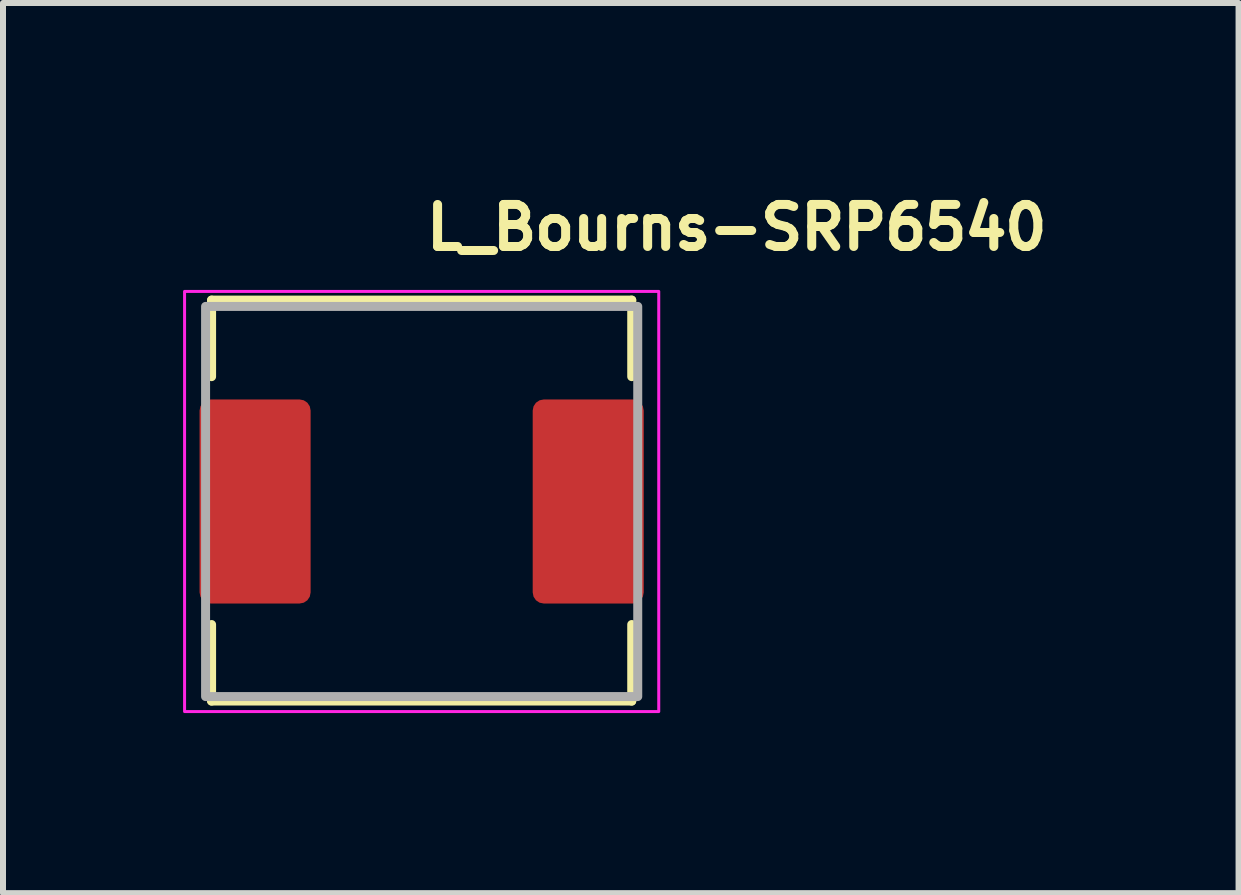
<source format=kicad_pcb>
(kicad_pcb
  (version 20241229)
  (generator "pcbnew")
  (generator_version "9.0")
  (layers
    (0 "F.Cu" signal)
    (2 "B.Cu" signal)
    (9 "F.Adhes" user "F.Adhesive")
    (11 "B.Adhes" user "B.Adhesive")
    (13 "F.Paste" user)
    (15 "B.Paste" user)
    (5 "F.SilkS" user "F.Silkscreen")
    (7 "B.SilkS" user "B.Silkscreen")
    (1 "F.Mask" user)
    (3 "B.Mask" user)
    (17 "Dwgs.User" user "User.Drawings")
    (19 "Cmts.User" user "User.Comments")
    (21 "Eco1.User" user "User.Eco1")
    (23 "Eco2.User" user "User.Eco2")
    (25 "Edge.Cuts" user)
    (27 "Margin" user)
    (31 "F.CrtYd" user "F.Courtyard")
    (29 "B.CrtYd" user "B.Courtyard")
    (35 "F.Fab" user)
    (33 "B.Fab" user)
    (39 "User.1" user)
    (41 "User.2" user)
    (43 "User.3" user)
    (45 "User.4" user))
  (footprint "L_Bourns-SRP6540"
    (layer "F.Cu")
    (at 3.975 5.305)
    (property "Reference" "L_Bourns-SRP6540" (at 0 -4.155 0) (layer "F.SilkS") (effects (font (size 0.7 0.7) (thickness 0.15)) (justify left bottom)))
    (attr smd)
    (fp_line (start -3.5 -3.355) (end 3.5 -3.355) (stroke (width 0.15) (type solid)) (layer "F.SilkS"))
    (fp_line (start -3.5 -2.08) (end -3.5 -3.355) (stroke (width 0.15) (type solid)) (layer "F.SilkS"))
    (fp_line (start -3.5 2.05) (end -3.5 3.325) (stroke (width 0.15) (type solid)) (layer "F.SilkS"))
    (fp_line (start 3.5 -2.08) (end 3.5 -3.355) (stroke (width 0.15) (type solid)) (layer "F.SilkS"))
    (fp_line (start 3.5 2.05) (end 3.5 3.325) (stroke (width 0.15) (type solid)) (layer "F.SilkS"))
    (fp_line (start 3.5 3.325) (end -3.5 3.325) (stroke (width 0.15) (type solid)) (layer "F.SilkS"))
    (fp_rect (start -3.95 -3.5) (end 3.95 3.5) (stroke (width 0.05) (type solid)) (fill no) (layer "F.CrtYd"))
    (fp_rect (start -3.6 -3.25) (end 3.6 3.25) (stroke (width 0.15) (type solid)) (fill no) (layer "F.Fab"))
    (fp_rect (start -3.6 -3.25) (end 3.6 3.25) (stroke (width 0.1) (type solid)) (fill no) (layer "User.5"))
    (fp_line (start -3.6 -1.5) (end -3.4 -1.5) (stroke (width 0.02) (type solid)) (layer "User.9"))
    (fp_line (start -3.6 -0.536) (end -3.6 -1.5) (stroke (width 0.02) (type solid)) (layer "User.9"))
    (fp_line (start -3.6 -0.536) (end -3.4 -0.536) (stroke (width 0.02) (type solid)) (layer "User.9"))
    (fp_line (start -3.6 -0.523) (end -3.6 -0.536) (stroke (width 0.02) (type solid)) (layer "User.9"))
    (fp_line (start -3.6 -0.523) (end -3.6 -0.523) (stroke (width 0.02) (type solid)) (layer "User.9"))
    (fp_line (start -3.6 -0.483) (end -3.6 -0.523) (stroke (width 0.02) (type solid)) (layer "User.9"))
    (fp_line (start -3.6 -0.483) (end -3.6 -0.483) (stroke (width 0.02) (type solid)) (layer "User.9"))
    (fp_line (start -3.6 -0.419) (end -3.6 -0.483) (stroke (width 0.02) (type solid)) (layer "User.9"))
    (fp_line (start -3.6 -0.419) (end -3.6 -0.419) (stroke (width 0.02) (type solid)) (layer "User.9"))
    (fp_line (start -3.6 -0.334) (end -3.6 -0.419) (stroke (width 0.02) (type solid)) (layer "User.9"))
    (fp_line (start -3.6 -0.334) (end -3.6 -0.334) (stroke (width 0.02) (type solid)) (layer "User.9"))
    (fp_line (start -3.6 -0.232) (end -3.6 -0.334) (stroke (width 0.02) (type solid)) (layer "User.9"))
    (fp_line (start -3.6 -0.232) (end -3.6 -0.232) (stroke (width 0.02) (type solid)) (layer "User.9"))
    (fp_line (start -3.6 -0.119) (end -3.6 -0.232) (stroke (width 0.02) (type solid)) (layer "User.9"))
    (fp_line (start -3.6 -0.119) (end -3.6 -0.119) (stroke (width 0.02) (type solid)) (layer "User.9"))
    (fp_line (start -3.6 0) (end -3.6 -0.119) (stroke (width 0.02) (type solid)) (layer "User.9"))
    (fp_line (start -3.6 0) (end -3.6 0) (stroke (width 0.02) (type solid)) (layer "User.9"))
    (fp_line (start -3.6 0.232) (end -3.6 0) (stroke (width 0.02) (type solid)) (layer "User.9"))
    (fp_line (start -3.6 0.232) (end -3.6 0.232) (stroke (width 0.02) (type solid)) (layer "User.9"))
    (fp_line (start -3.6 0.334) (end -3.6 0.232) (stroke (width 0.02) (type solid)) (layer "User.9"))
    (fp_line (start -3.6 0.334) (end -3.6 0.334) (stroke (width 0.02) (type solid)) (layer "User.9"))
    (fp_line (start -3.6 0.419) (end -3.6 0.334) (stroke (width 0.02) (type solid)) (layer "User.9"))
    (fp_line (start -3.6 0.419) (end -3.6 0.419) (stroke (width 0.02) (type solid)) (layer "User.9"))
    (fp_line (start -3.6 0.483) (end -3.6 0.419) (stroke (width 0.02) (type solid)) (layer "User.9"))
    (fp_line (start -3.6 0.483) (end -3.6 0.483) (stroke (width 0.02) (type solid)) (layer "User.9"))
    (fp_line (start -3.6 0.523) (end -3.6 0.483) (stroke (width 0.02) (type solid)) (layer "User.9"))
    (fp_line (start -3.6 0.523) (end -3.6 0.523) (stroke (width 0.02) (type solid)) (layer "User.9"))
    (fp_line (start -3.6 0.536) (end -3.6 0.523) (stroke (width 0.02) (type solid)) (layer "User.9"))
    (fp_line (start -3.6 1.5) (end -3.6 0.536) (stroke (width 0.02) (type solid)) (layer "User.9"))
    (fp_line (start -3.4 -3.15) (end -3.399 -3.154) (stroke (width 0.02) (type solid)) (layer "User.9"))
    (fp_line (start -3.4 -0.536) (end -3.4 -1.5) (stroke (width 0.02) (type solid)) (layer "User.9"))
    (fp_line (start -3.4 0.536) (end -3.6 0.536) (stroke (width 0.02) (type solid)) (layer "User.9"))
    (fp_line (start -3.4 1.5) (end -3.6 1.5) (stroke (width 0.02) (type solid)) (layer "User.9"))
    (fp_line (start -3.4 1.5) (end -3.4 0.536) (stroke (width 0.02) (type solid)) (layer "User.9"))
    (fp_line (start -3.4 3.15) (end -3.4 -3.15) (stroke (width 0.02) (type solid)) (layer "User.9"))
    (fp_line (start -3.399 -3.159) (end -3.398 -3.164) (stroke (width 0.02) (type solid)) (layer "User.9"))
    (fp_line (start -3.399 -3.154) (end -3.399 -3.159) (stroke (width 0.02) (type solid)) (layer "User.9"))
    (fp_line (start -3.399 3.154) (end -3.4 3.15) (stroke (width 0.02) (type solid)) (layer "User.9"))
    (fp_line (start -3.399 3.159) (end -3.399 3.154) (stroke (width 0.02) (type solid)) (layer "User.9"))
    (fp_line (start -3.398 -3.169) (end -3.396 -3.174) (stroke (width 0.02) (type solid)) (layer "User.9"))
    (fp_line (start -3.398 -3.164) (end -3.398 -3.169) (stroke (width 0.02) (type solid)) (layer "User.9"))
    (fp_line (start -3.398 3.164) (end -3.399 3.159) (stroke (width 0.02) (type solid)) (layer "User.9"))
    (fp_line (start -3.398 3.169) (end -3.398 3.164) (stroke (width 0.02) (type solid)) (layer "User.9"))
    (fp_line (start -3.396 -3.174) (end -3.395 -3.179) (stroke (width 0.02) (type solid)) (layer "User.9"))
    (fp_line (start -3.396 3.174) (end -3.398 3.169) (stroke (width 0.02) (type solid)) (layer "User.9"))
    (fp_line (start -3.395 -3.179) (end -3.394 -3.183) (stroke (width 0.02) (type solid)) (layer "User.9"))
    (fp_line (start -3.395 3.179) (end -3.396 3.174) (stroke (width 0.02) (type solid)) (layer "User.9"))
    (fp_line (start -3.394 -3.183) (end -3.392 -3.188) (stroke (width 0.02) (type solid)) (layer "User.9"))
    (fp_line (start -3.394 3.183) (end -3.395 3.179) (stroke (width 0.02) (type solid)) (layer "User.9"))
    (fp_line (start -3.392 -3.188) (end -3.39 -3.192) (stroke (width 0.02) (type solid)) (layer "User.9"))
    (fp_line (start -3.392 3.188) (end -3.394 3.183) (stroke (width 0.02) (type solid)) (layer "User.9"))
    (fp_line (start -3.39 -3.192) (end -3.388 -3.197) (stroke (width 0.02) (type solid)) (layer "User.9"))
    (fp_line (start -3.39 3.192) (end -3.392 3.188) (stroke (width 0.02) (type solid)) (layer "User.9"))
    (fp_line (start -3.388 -3.197) (end -3.385 -3.201) (stroke (width 0.02) (type solid)) (layer "User.9"))
    (fp_line (start -3.388 3.197) (end -3.39 3.192) (stroke (width 0.02) (type solid)) (layer "User.9"))
    (fp_line (start -3.385 -3.201) (end -3.383 -3.205) (stroke (width 0.02) (type solid)) (layer "User.9"))
    (fp_line (start -3.385 3.201) (end -3.388 3.197) (stroke (width 0.02) (type solid)) (layer "User.9"))
    (fp_line (start -3.383 -3.205) (end -3.38 -3.209) (stroke (width 0.02) (type solid)) (layer "User.9"))
    (fp_line (start -3.383 3.205) (end -3.385 3.201) (stroke (width 0.02) (type solid)) (layer "User.9"))
    (fp_line (start -3.38 -3.209) (end -3.377 -3.213) (stroke (width 0.02) (type solid)) (layer "User.9"))
    (fp_line (start -3.38 3.209) (end -3.383 3.205) (stroke (width 0.02) (type solid)) (layer "User.9"))
    (fp_line (start -3.377 -3.213) (end -3.374 -3.217) (stroke (width 0.02) (type solid)) (layer "User.9"))
    (fp_line (start -3.377 3.213) (end -3.38 3.209) (stroke (width 0.02) (type solid)) (layer "User.9"))
    (fp_line (start -3.374 -3.217) (end -3.37 -3.22) (stroke (width 0.02) (type solid)) (layer "User.9"))
    (fp_line (start -3.374 3.217) (end -3.377 3.213) (stroke (width 0.02) (type solid)) (layer "User.9"))
    (fp_line (start -3.37 -3.22) (end -3.37 -3.22) (stroke (width 0.02) (type solid)) (layer "User.9"))
    (fp_line (start -3.37 -3.22) (end -3.367 -3.224) (stroke (width 0.02) (type solid)) (layer "User.9"))
    (fp_line (start -3.37 3.22) (end -3.374 3.217) (stroke (width 0.02) (type solid)) (layer "User.9"))
    (fp_line (start -3.37 3.22) (end -3.37 3.22) (stroke (width 0.02) (type solid)) (layer "User.9"))
    (fp_line (start -3.367 -3.224) (end -3.363 -3.227) (stroke (width 0.02) (type solid)) (layer "User.9"))
    (fp_line (start -3.367 3.224) (end -3.37 3.22) (stroke (width 0.02) (type solid)) (layer "User.9"))
    (fp_line (start -3.363 -3.227) (end -3.359 -3.23) (stroke (width 0.02) (type solid)) (layer "User.9"))
    (fp_line (start -3.363 3.227) (end -3.367 3.224) (stroke (width 0.02) (type solid)) (layer "User.9"))
    (fp_line (start -3.36 -3.15) (end -3.36 3.15) (stroke (width 0.02) (type solid)) (layer "User.9"))
    (fp_line (start -3.36 3.15) (end -3.359 3.153) (stroke (width 0.02) (type solid)) (layer "User.9"))
    (fp_line (start -3.36 3.15) (end -3.359 3.153) (stroke (width 0.02) (type solid)) (layer "User.9"))
    (fp_line (start -3.36 3.15) (end -3.299 3.15) (stroke (width 0.02) (type solid)) (layer "User.9"))
    (fp_line (start -3.359 -3.23) (end -3.355 -3.233) (stroke (width 0.02) (type solid)) (layer "User.9"))
    (fp_line (start -3.359 -3.159) (end -3.359 -3.156) (stroke (width 0.02) (type solid)) (layer "User.9"))
    (fp_line (start -3.359 -3.159) (end -3.359 -3.156) (stroke (width 0.02) (type solid)) (layer "User.9"))
    (fp_line (start -3.359 -3.156) (end -3.359 -3.153) (stroke (width 0.02) (type solid)) (layer "User.9"))
    (fp_line (start -3.359 -3.156) (end -3.359 -3.153) (stroke (width 0.02) (type solid)) (layer "User.9"))
    (fp_line (start -3.359 -3.153) (end -3.36 -3.15) (stroke (width 0.02) (type solid)) (layer "User.9"))
    (fp_line (start -3.359 -3.153) (end -3.36 -3.15) (stroke (width 0.02) (type solid)) (layer "User.9"))
    (fp_line (start -3.359 3.153) (end -3.359 3.156) (stroke (width 0.02) (type solid)) (layer "User.9"))
    (fp_line (start -3.359 3.153) (end -3.359 3.156) (stroke (width 0.02) (type solid)) (layer "User.9"))
    (fp_line (start -3.359 3.156) (end -3.359 3.159) (stroke (width 0.02) (type solid)) (layer "User.9"))
    (fp_line (start -3.359 3.156) (end -3.359 3.159) (stroke (width 0.02) (type solid)) (layer "User.9"))
    (fp_line (start -3.359 3.159) (end -3.358 3.162) (stroke (width 0.02) (type solid)) (layer "User.9"))
    (fp_line (start -3.359 3.159) (end -3.358 3.162) (stroke (width 0.02) (type solid)) (layer "User.9"))
    (fp_line (start -3.359 3.23) (end -3.363 3.227) (stroke (width 0.02) (type solid)) (layer "User.9"))
    (fp_line (start -3.358 -3.164) (end -3.358 -3.162) (stroke (width 0.02) (type solid)) (layer "User.9"))
    (fp_line (start -3.358 -3.164) (end -3.358 -3.162) (stroke (width 0.02) (type solid)) (layer "User.9"))
    (fp_line (start -3.358 -3.162) (end -3.359 -3.159) (stroke (width 0.02) (type solid)) (layer "User.9"))
    (fp_line (start -3.358 -3.162) (end -3.359 -3.159) (stroke (width 0.02) (type solid)) (layer "User.9"))
    (fp_line (start -3.358 3.162) (end -3.358 3.164) (stroke (width 0.02) (type solid)) (layer "User.9"))
    (fp_line (start -3.358 3.162) (end -3.358 3.164) (stroke (width 0.02) (type solid)) (layer "User.9"))
    (fp_line (start -3.358 3.164) (end -3.357 3.167) (stroke (width 0.02) (type solid)) (layer "User.9"))
    (fp_line (start -3.358 3.164) (end -3.357 3.167) (stroke (width 0.02) (type solid)) (layer "User.9"))
    (fp_line (start -3.357 -3.167) (end -3.358 -3.164) (stroke (width 0.02) (type solid)) (layer "User.9"))
    (fp_line (start -3.357 -3.167) (end -3.358 -3.164) (stroke (width 0.02) (type solid)) (layer "User.9"))
    (fp_line (start -3.357 3.167) (end -3.356 3.17) (stroke (width 0.02) (type solid)) (layer "User.9"))
    (fp_line (start -3.357 3.167) (end -3.356 3.17) (stroke (width 0.02) (type solid)) (layer "User.9"))
    (fp_line (start -3.356 -3.17) (end -3.357 -3.167) (stroke (width 0.02) (type solid)) (layer "User.9"))
    (fp_line (start -3.356 -3.17) (end -3.357 -3.167) (stroke (width 0.02) (type solid)) (layer "User.9"))
    (fp_line (start -3.356 3.17) (end -3.355 3.173) (stroke (width 0.02) (type solid)) (layer "User.9"))
    (fp_line (start -3.356 3.17) (end -3.355 3.173) (stroke (width 0.02) (type solid)) (layer "User.9"))
    (fp_line (start -3.355 -3.233) (end -3.351 -3.235) (stroke (width 0.02) (type solid)) (layer "User.9"))
    (fp_line (start -3.355 -3.173) (end -3.356 -3.17) (stroke (width 0.02) (type solid)) (layer "User.9"))
    (fp_line (start -3.355 -3.173) (end -3.356 -3.17) (stroke (width 0.02) (type solid)) (layer "User.9"))
    (fp_line (start -3.355 3.173) (end -3.354 3.176) (stroke (width 0.02) (type solid)) (layer "User.9"))
    (fp_line (start -3.355 3.173) (end -3.354 3.176) (stroke (width 0.02) (type solid)) (layer "User.9"))
    (fp_line (start -3.355 3.233) (end -3.359 3.23) (stroke (width 0.02) (type solid)) (layer "User.9"))
    (fp_line (start -3.354 -3.176) (end -3.355 -3.173) (stroke (width 0.02) (type solid)) (layer "User.9"))
    (fp_line (start -3.354 -3.176) (end -3.355 -3.173) (stroke (width 0.02) (type solid)) (layer "User.9"))
    (fp_line (start -3.354 3.176) (end -3.352 3.178) (stroke (width 0.02) (type solid)) (layer "User.9"))
    (fp_line (start -3.354 3.176) (end -3.352 3.178) (stroke (width 0.02) (type solid)) (layer "User.9"))
    (fp_line (start -3.352 -3.178) (end -3.354 -3.176) (stroke (width 0.02) (type solid)) (layer "User.9"))
    (fp_line (start -3.352 -3.178) (end -3.354 -3.176) (stroke (width 0.02) (type solid)) (layer "User.9"))
    (fp_line (start -3.352 3.178) (end -3.351 3.181) (stroke (width 0.02) (type solid)) (layer "User.9"))
    (fp_line (start -3.352 3.178) (end -3.351 3.181) (stroke (width 0.02) (type solid)) (layer "User.9"))
    (fp_line (start -3.351 -3.235) (end -3.347 -3.238) (stroke (width 0.02) (type solid)) (layer "User.9"))
    (fp_line (start -3.351 -3.181) (end -3.352 -3.178) (stroke (width 0.02) (type solid)) (layer "User.9"))
    (fp_line (start -3.351 -3.181) (end -3.352 -3.178) (stroke (width 0.02) (type solid)) (layer "User.9"))
    (fp_line (start -3.351 3.181) (end -3.349 3.183) (stroke (width 0.02) (type solid)) (layer "User.9"))
    (fp_line (start -3.351 3.181) (end -3.349 3.183) (stroke (width 0.02) (type solid)) (layer "User.9"))
    (fp_line (start -3.351 3.235) (end -3.355 3.233) (stroke (width 0.02) (type solid)) (layer "User.9"))
    (fp_line (start -3.349 -3.183) (end -3.351 -3.181) (stroke (width 0.02) (type solid)) (layer "User.9"))
    (fp_line (start -3.349 -3.183) (end -3.351 -3.181) (stroke (width 0.02) (type solid)) (layer "User.9"))
    (fp_line (start -3.349 3.183) (end -3.348 3.185) (stroke (width 0.02) (type solid)) (layer "User.9"))
    (fp_line (start -3.349 3.183) (end -3.348 3.185) (stroke (width 0.02) (type solid)) (layer "User.9"))
    (fp_line (start -3.348 -3.185) (end -3.349 -3.183) (stroke (width 0.02) (type solid)) (layer "User.9"))
    (fp_line (start -3.348 -3.185) (end -3.349 -3.183) (stroke (width 0.02) (type solid)) (layer "User.9"))
    (fp_line (start -3.348 3.185) (end -3.346 3.188) (stroke (width 0.02) (type solid)) (layer "User.9"))
    (fp_line (start -3.348 3.185) (end -3.346 3.188) (stroke (width 0.02) (type solid)) (layer "User.9"))
    (fp_line (start -3.347 -3.238) (end -3.342 -3.24) (stroke (width 0.02) (type solid)) (layer "User.9"))
    (fp_line (start -3.347 3.238) (end -3.351 3.235) (stroke (width 0.02) (type solid)) (layer "User.9"))
    (fp_line (start -3.346 -3.188) (end -3.348 -3.185) (stroke (width 0.02) (type solid)) (layer "User.9"))
    (fp_line (start -3.346 -3.188) (end -3.348 -3.185) (stroke (width 0.02) (type solid)) (layer "User.9"))
    (fp_line (start -3.346 3.188) (end -3.344 3.19) (stroke (width 0.02) (type solid)) (layer "User.9"))
    (fp_line (start -3.346 3.188) (end -3.344 3.19) (stroke (width 0.02) (type solid)) (layer "User.9"))
    (fp_line (start -3.344 -3.19) (end -3.346 -3.188) (stroke (width 0.02) (type solid)) (layer "User.9"))
    (fp_line (start -3.344 -3.19) (end -3.346 -3.188) (stroke (width 0.02) (type solid)) (layer "User.9"))
    (fp_line (start -3.344 3.19) (end -3.342 3.192) (stroke (width 0.02) (type solid)) (layer "User.9"))
    (fp_line (start -3.344 3.19) (end -3.342 3.192) (stroke (width 0.02) (type solid)) (layer "User.9"))
    (fp_line (start -3.342 -3.24) (end -3.338 -3.242) (stroke (width 0.02) (type solid)) (layer "User.9"))
    (fp_line (start -3.342 -3.192) (end -3.344 -3.19) (stroke (width 0.02) (type solid)) (layer "User.9"))
    (fp_line (start -3.342 -3.192) (end -3.344 -3.19) (stroke (width 0.02) (type solid)) (layer "User.9"))
    (fp_line (start -3.342 3.192) (end -3.34 3.194) (stroke (width 0.02) (type solid)) (layer "User.9"))
    (fp_line (start -3.342 3.192) (end -3.34 3.194) (stroke (width 0.02) (type solid)) (layer "User.9"))
    (fp_line (start -3.342 3.24) (end -3.347 3.238) (stroke (width 0.02) (type solid)) (layer "User.9"))
    (fp_line (start -3.34 -3.194) (end -3.342 -3.192) (stroke (width 0.02) (type solid)) (layer "User.9"))
    (fp_line (start -3.34 -3.194) (end -3.342 -3.192) (stroke (width 0.02) (type solid)) (layer "User.9"))
    (fp_line (start -3.34 3.194) (end -3.338 3.196) (stroke (width 0.02) (type solid)) (layer "User.9"))
    (fp_line (start -3.34 3.194) (end -3.338 3.196) (stroke (width 0.02) (type solid)) (layer "User.9"))
    (fp_line (start -3.338 -3.242) (end -3.333 -3.244) (stroke (width 0.02) (type solid)) (layer "User.9"))
    (fp_line (start -3.338 -3.196) (end -3.34 -3.194) (stroke (width 0.02) (type solid)) (layer "User.9"))
    (fp_line (start -3.338 -3.196) (end -3.34 -3.194) (stroke (width 0.02) (type solid)) (layer "User.9"))
    (fp_line (start -3.338 3.196) (end -3.335 3.198) (stroke (width 0.02) (type solid)) (layer "User.9"))
    (fp_line (start -3.338 3.196) (end -3.335 3.198) (stroke (width 0.02) (type solid)) (layer "User.9"))
    (fp_line (start -3.338 3.242) (end -3.342 3.24) (stroke (width 0.02) (type solid)) (layer "User.9"))
    (fp_line (start -3.335 -3.198) (end -3.338 -3.196) (stroke (width 0.02) (type solid)) (layer "User.9"))
    (fp_line (start -3.335 -3.198) (end -3.338 -3.196) (stroke (width 0.02) (type solid)) (layer "User.9"))
    (fp_line (start -3.335 3.198) (end -3.333 3.199) (stroke (width 0.02) (type solid)) (layer "User.9"))
    (fp_line (start -3.335 3.198) (end -3.333 3.199) (stroke (width 0.02) (type solid)) (layer "User.9"))
    (fp_line (start -3.333 -3.244) (end -3.329 -3.245) (stroke (width 0.02) (type solid)) (layer "User.9"))
    (fp_line (start -3.333 -3.199) (end -3.335 -3.198) (stroke (width 0.02) (type solid)) (layer "User.9"))
    (fp_line (start -3.333 -3.199) (end -3.335 -3.198) (stroke (width 0.02) (type solid)) (layer "User.9"))
    (fp_line (start -3.333 3.199) (end -3.331 3.201) (stroke (width 0.02) (type solid)) (layer "User.9"))
    (fp_line (start -3.333 3.199) (end -3.331 3.201) (stroke (width 0.02) (type solid)) (layer "User.9"))
    (fp_line (start -3.333 3.244) (end -3.338 3.242) (stroke (width 0.02) (type solid)) (layer "User.9"))
    (fp_line (start -3.331 -3.201) (end -3.333 -3.199) (stroke (width 0.02) (type solid)) (layer "User.9"))
    (fp_line (start -3.331 -3.201) (end -3.333 -3.199) (stroke (width 0.02) (type solid)) (layer "User.9"))
    (fp_line (start -3.331 3.201) (end -3.328 3.202) (stroke (width 0.02) (type solid)) (layer "User.9"))
    (fp_line (start -3.331 3.201) (end -3.328 3.202) (stroke (width 0.02) (type solid)) (layer "User.9"))
    (fp_line (start -3.329 -3.245) (end -3.324 -3.246) (stroke (width 0.02) (type solid)) (layer "User.9"))
    (fp_line (start -3.329 3.245) (end -3.333 3.244) (stroke (width 0.02) (type solid)) (layer "User.9"))
    (fp_line (start -3.328 -3.202) (end -3.331 -3.201) (stroke (width 0.02) (type solid)) (layer "User.9"))
    (fp_line (start -3.328 -3.202) (end -3.331 -3.201) (stroke (width 0.02) (type solid)) (layer "User.9"))
    (fp_line (start -3.328 3.202) (end -3.326 3.204) (stroke (width 0.02) (type solid)) (layer "User.9"))
    (fp_line (start -3.328 3.202) (end -3.326 3.204) (stroke (width 0.02) (type solid)) (layer "User.9"))
    (fp_line (start -3.326 -3.204) (end -3.328 -3.202) (stroke (width 0.02) (type solid)) (layer "User.9"))
    (fp_line (start -3.326 -3.204) (end -3.328 -3.202) (stroke (width 0.02) (type solid)) (layer "User.9"))
    (fp_line (start -3.326 3.204) (end -3.323 3.205) (stroke (width 0.02) (type solid)) (layer "User.9"))
    (fp_line (start -3.326 3.204) (end -3.323 3.205) (stroke (width 0.02) (type solid)) (layer "User.9"))
    (fp_line (start -3.324 -3.246) (end -3.319 -3.248) (stroke (width 0.02) (type solid)) (layer "User.9"))
    (fp_line (start -3.324 3.246) (end -3.329 3.245) (stroke (width 0.02) (type solid)) (layer "User.9"))
    (fp_line (start -3.323 -3.205) (end -3.326 -3.204) (stroke (width 0.02) (type solid)) (layer "User.9"))
    (fp_line (start -3.323 -3.205) (end -3.326 -3.204) (stroke (width 0.02) (type solid)) (layer "User.9"))
    (fp_line (start -3.323 3.205) (end -3.32 3.206) (stroke (width 0.02) (type solid)) (layer "User.9"))
    (fp_line (start -3.323 3.205) (end -3.32 3.206) (stroke (width 0.02) (type solid)) (layer "User.9"))
    (fp_line (start -3.32 -3.206) (end -3.323 -3.205) (stroke (width 0.02) (type solid)) (layer "User.9"))
    (fp_line (start -3.32 -3.206) (end -3.323 -3.205) (stroke (width 0.02) (type solid)) (layer "User.9"))
    (fp_line (start -3.32 3.206) (end -3.317 3.207) (stroke (width 0.02) (type solid)) (layer "User.9"))
    (fp_line (start -3.32 3.206) (end -3.317 3.207) (stroke (width 0.02) (type solid)) (layer "User.9"))
    (fp_line (start -3.319 -3.248) (end -3.314 -3.248) (stroke (width 0.02) (type solid)) (layer "User.9"))
    (fp_line (start -3.319 3.248) (end -3.324 3.246) (stroke (width 0.02) (type solid)) (layer "User.9"))
    (fp_line (start -3.317 -3.207) (end -3.32 -3.206) (stroke (width 0.02) (type solid)) (layer "User.9"))
    (fp_line (start -3.317 -3.207) (end -3.32 -3.206) (stroke (width 0.02) (type solid)) (layer "User.9"))
    (fp_line (start -3.317 3.207) (end -3.314 3.208) (stroke (width 0.02) (type solid)) (layer "User.9"))
    (fp_line (start -3.317 3.207) (end -3.314 3.208) (stroke (width 0.02) (type solid)) (layer "User.9"))
    (fp_line (start -3.314 -3.248) (end -3.309 -3.249) (stroke (width 0.02) (type solid)) (layer "User.9"))
    (fp_line (start -3.314 -3.208) (end -3.317 -3.207) (stroke (width 0.02) (type solid)) (layer "User.9"))
    (fp_line (start -3.314 -3.208) (end -3.317 -3.207) (stroke (width 0.02) (type solid)) (layer "User.9"))
    (fp_line (start -3.314 3.208) (end -3.312 3.208) (stroke (width 0.02) (type solid)) (layer "User.9"))
    (fp_line (start -3.314 3.208) (end -3.312 3.208) (stroke (width 0.02) (type solid)) (layer "User.9"))
    (fp_line (start -3.314 3.248) (end -3.319 3.248) (stroke (width 0.02) (type solid)) (layer "User.9"))
    (fp_line (start -3.312 -3.208) (end -3.314 -3.208) (stroke (width 0.02) (type solid)) (layer "User.9"))
    (fp_line (start -3.312 -3.208) (end -3.314 -3.208) (stroke (width 0.02) (type solid)) (layer "User.9"))
    (fp_line (start -3.312 3.208) (end -3.309 3.209) (stroke (width 0.02) (type solid)) (layer "User.9"))
    (fp_line (start -3.312 3.208) (end -3.309 3.209) (stroke (width 0.02) (type solid)) (layer "User.9"))
    (fp_line (start -3.309 -3.249) (end -3.304 -3.249) (stroke (width 0.02) (type solid)) (layer "User.9"))
    (fp_line (start -3.309 -3.209) (end -3.312 -3.208) (stroke (width 0.02) (type solid)) (layer "User.9"))
    (fp_line (start -3.309 -3.209) (end -3.312 -3.208) (stroke (width 0.02) (type solid)) (layer "User.9"))
    (fp_line (start -3.309 3.209) (end -3.306 3.209) (stroke (width 0.02) (type solid)) (layer "User.9"))
    (fp_line (start -3.309 3.209) (end -3.306 3.209) (stroke (width 0.02) (type solid)) (layer "User.9"))
    (fp_line (start -3.309 3.249) (end -3.314 3.248) (stroke (width 0.02) (type solid)) (layer "User.9"))
    (fp_line (start -3.306 -3.209) (end -3.309 -3.209) (stroke (width 0.02) (type solid)) (layer "User.9"))
    (fp_line (start -3.306 -3.209) (end -3.309 -3.209) (stroke (width 0.02) (type solid)) (layer "User.9"))
    (fp_line (start -3.306 3.209) (end -3.303 3.209) (stroke (width 0.02) (type solid)) (layer "User.9"))
    (fp_line (start -3.306 3.209) (end -3.303 3.209) (stroke (width 0.02) (type solid)) (layer "User.9"))
    (fp_line (start -3.304 -3.249) (end -3.299 -3.25) (stroke (width 0.02) (type solid)) (layer "User.9"))
    (fp_line (start -3.304 3.249) (end -3.309 3.249) (stroke (width 0.02) (type solid)) (layer "User.9"))
    (fp_line (start -3.303 -3.209) (end -3.306 -3.209) (stroke (width 0.02) (type solid)) (layer "User.9"))
    (fp_line (start -3.303 -3.209) (end -3.306 -3.209) (stroke (width 0.02) (type solid)) (layer "User.9"))
    (fp_line (start -3.303 3.209) (end -3.299 3.21) (stroke (width 0.02) (type solid)) (layer "User.9"))
    (fp_line (start -3.303 3.209) (end -3.299 3.21) (stroke (width 0.02) (type solid)) (layer "User.9"))
    (fp_line (start -3.299 -3.25) (end 3.299 -3.25) (stroke (width 0.02) (type solid)) (layer "User.9"))
    (fp_line (start -3.299 -3.21) (end -3.303 -3.209) (stroke (width 0.02) (type solid)) (layer "User.9"))
    (fp_line (start -3.299 -3.21) (end -3.303 -3.209) (stroke (width 0.02) (type solid)) (layer "User.9"))
    (fp_line (start -3.299 -3.21) (end -3.299 -3.15) (stroke (width 0.02) (type solid)) (layer "User.9"))
    (fp_line (start -3.299 -3.15) (end -3.36 -3.15) (stroke (width 0.02) (type solid)) (layer "User.9"))
    (fp_line (start -3.299 3.15) (end -3.299 3.21) (stroke (width 0.02) (type solid)) (layer "User.9"))
    (fp_line (start -3.299 3.21) (end 3.299 3.21) (stroke (width 0.02) (type solid)) (layer "User.9"))
    (fp_line (start -3.299 3.25) (end -3.304 3.249) (stroke (width 0.02) (type solid)) (layer "User.9"))
    (fp_line (start 3.299 -3.25) (end 3.304 -3.249) (stroke (width 0.02) (type solid)) (layer "User.9"))
    (fp_line (start 3.299 -3.21) (end -3.299 -3.21) (stroke (width 0.02) (type solid)) (layer "User.9"))
    (fp_line (start 3.299 -3.15) (end 3.299 -3.21) (stroke (width 0.02) (type solid)) (layer "User.9"))
    (fp_line (start 3.299 3.15) (end 3.36 3.15) (stroke (width 0.02) (type solid)) (layer "User.9"))
    (fp_line (start 3.299 3.21) (end 3.299 3.15) (stroke (width 0.02) (type solid)) (layer "User.9"))
    (fp_line (start 3.299 3.21) (end 3.303 3.209) (stroke (width 0.02) (type solid)) (layer "User.9"))
    (fp_line (start 3.299 3.21) (end 3.303 3.209) (stroke (width 0.02) (type solid)) (layer "User.9"))
    (fp_line (start 3.299 3.25) (end -3.299 3.25) (stroke (width 0.02) (type solid)) (layer "User.9"))
    (fp_line (start 3.303 -3.209) (end 3.299 -3.21) (stroke (width 0.02) (type solid)) (layer "User.9"))
    (fp_line (start 3.303 -3.209) (end 3.299 -3.21) (stroke (width 0.02) (type solid)) (layer "User.9"))
    (fp_line (start 3.303 3.209) (end 3.306 3.209) (stroke (width 0.02) (type solid)) (layer "User.9"))
    (fp_line (start 3.303 3.209) (end 3.306 3.209) (stroke (width 0.02) (type solid)) (layer "User.9"))
    (fp_line (start 3.304 -3.249) (end 3.309 -3.249) (stroke (width 0.02) (type solid)) (layer "User.9"))
    (fp_line (start 3.304 3.249) (end 3.299 3.25) (stroke (width 0.02) (type solid)) (layer "User.9"))
    (fp_line (start 3.306 -3.209) (end 3.303 -3.209) (stroke (width 0.02) (type solid)) (layer "User.9"))
    (fp_line (start 3.306 -3.209) (end 3.303 -3.209) (stroke (width 0.02) (type solid)) (layer "User.9"))
    (fp_line (start 3.306 3.209) (end 3.309 3.209) (stroke (width 0.02) (type solid)) (layer "User.9"))
    (fp_line (start 3.306 3.209) (end 3.309 3.209) (stroke (width 0.02) (type solid)) (layer "User.9"))
    (fp_line (start 3.309 -3.249) (end 3.314 -3.248) (stroke (width 0.02) (type solid)) (layer "User.9"))
    (fp_line (start 3.309 -3.209) (end 3.306 -3.209) (stroke (width 0.02) (type solid)) (layer "User.9"))
    (fp_line (start 3.309 -3.209) (end 3.306 -3.209) (stroke (width 0.02) (type solid)) (layer "User.9"))
    (fp_line (start 3.309 3.209) (end 3.312 3.208) (stroke (width 0.02) (type solid)) (layer "User.9"))
    (fp_line (start 3.309 3.209) (end 3.312 3.208) (stroke (width 0.02) (type solid)) (layer "User.9"))
    (fp_line (start 3.309 3.249) (end 3.304 3.249) (stroke (width 0.02) (type solid)) (layer "User.9"))
    (fp_line (start 3.312 -3.208) (end 3.309 -3.209) (stroke (width 0.02) (type solid)) (layer "User.9"))
    (fp_line (start 3.312 -3.208) (end 3.309 -3.209) (stroke (width 0.02) (type solid)) (layer "User.9"))
    (fp_line (start 3.312 3.208) (end 3.314 3.208) (stroke (width 0.02) (type solid)) (layer "User.9"))
    (fp_line (start 3.312 3.208) (end 3.314 3.208) (stroke (width 0.02) (type solid)) (layer "User.9"))
    (fp_line (start 3.314 -3.248) (end 3.319 -3.248) (stroke (width 0.02) (type solid)) (layer "User.9"))
    (fp_line (start 3.314 -3.208) (end 3.312 -3.208) (stroke (width 0.02) (type solid)) (layer "User.9"))
    (fp_line (start 3.314 -3.208) (end 3.312 -3.208) (stroke (width 0.02) (type solid)) (layer "User.9"))
    (fp_line (start 3.314 3.208) (end 3.317 3.207) (stroke (width 0.02) (type solid)) (layer "User.9"))
    (fp_line (start 3.314 3.208) (end 3.317 3.207) (stroke (width 0.02) (type solid)) (layer "User.9"))
    (fp_line (start 3.314 3.248) (end 3.309 3.249) (stroke (width 0.02) (type solid)) (layer "User.9"))
    (fp_line (start 3.317 -3.207) (end 3.314 -3.208) (stroke (width 0.02) (type solid)) (layer "User.9"))
    (fp_line (start 3.317 -3.207) (end 3.314 -3.208) (stroke (width 0.02) (type solid)) (layer "User.9"))
    (fp_line (start 3.317 3.207) (end 3.32 3.206) (stroke (width 0.02) (type solid)) (layer "User.9"))
    (fp_line (start 3.317 3.207) (end 3.32 3.206) (stroke (width 0.02) (type solid)) (layer "User.9"))
    (fp_line (start 3.319 -3.248) (end 3.324 -3.246) (stroke (width 0.02) (type solid)) (layer "User.9"))
    (fp_line (start 3.319 3.248) (end 3.314 3.248) (stroke (width 0.02) (type solid)) (layer "User.9"))
    (fp_line (start 3.32 -3.206) (end 3.317 -3.207) (stroke (width 0.02) (type solid)) (layer "User.9"))
    (fp_line (start 3.32 -3.206) (end 3.317 -3.207) (stroke (width 0.02) (type solid)) (layer "User.9"))
    (fp_line (start 3.32 3.206) (end 3.323 3.205) (stroke (width 0.02) (type solid)) (layer "User.9"))
    (fp_line (start 3.32 3.206) (end 3.323 3.205) (stroke (width 0.02) (type solid)) (layer "User.9"))
    (fp_line (start 3.323 -3.205) (end 3.32 -3.206) (stroke (width 0.02) (type solid)) (layer "User.9"))
    (fp_line (start 3.323 -3.205) (end 3.32 -3.206) (stroke (width 0.02) (type solid)) (layer "User.9"))
    (fp_line (start 3.323 3.205) (end 3.326 3.204) (stroke (width 0.02) (type solid)) (layer "User.9"))
    (fp_line (start 3.323 3.205) (end 3.326 3.204) (stroke (width 0.02) (type solid)) (layer "User.9"))
    (fp_line (start 3.324 -3.246) (end 3.329 -3.245) (stroke (width 0.02) (type solid)) (layer "User.9"))
    (fp_line (start 3.324 3.246) (end 3.319 3.248) (stroke (width 0.02) (type solid)) (layer "User.9"))
    (fp_line (start 3.326 -3.204) (end 3.323 -3.205) (stroke (width 0.02) (type solid)) (layer "User.9"))
    (fp_line (start 3.326 -3.204) (end 3.323 -3.205) (stroke (width 0.02) (type solid)) (layer "User.9"))
    (fp_line (start 3.326 3.204) (end 3.328 3.202) (stroke (width 0.02) (type solid)) (layer "User.9"))
    (fp_line (start 3.326 3.204) (end 3.328 3.202) (stroke (width 0.02) (type solid)) (layer "User.9"))
    (fp_line (start 3.328 -3.202) (end 3.326 -3.204) (stroke (width 0.02) (type solid)) (layer "User.9"))
    (fp_line (start 3.328 -3.202) (end 3.326 -3.204) (stroke (width 0.02) (type solid)) (layer "User.9"))
    (fp_line (start 3.328 3.202) (end 3.331 3.201) (stroke (width 0.02) (type solid)) (layer "User.9"))
    (fp_line (start 3.328 3.202) (end 3.331 3.201) (stroke (width 0.02) (type solid)) (layer "User.9"))
    (fp_line (start 3.329 -3.245) (end 3.333 -3.244) (stroke (width 0.02) (type solid)) (layer "User.9"))
    (fp_line (start 3.329 3.245) (end 3.324 3.246) (stroke (width 0.02) (type solid)) (layer "User.9"))
    (fp_line (start 3.331 -3.201) (end 3.328 -3.202) (stroke (width 0.02) (type solid)) (layer "User.9"))
    (fp_line (start 3.331 -3.201) (end 3.328 -3.202) (stroke (width 0.02) (type solid)) (layer "User.9"))
    (fp_line (start 3.331 3.201) (end 3.333 3.199) (stroke (width 0.02) (type solid)) (layer "User.9"))
    (fp_line (start 3.331 3.201) (end 3.333 3.199) (stroke (width 0.02) (type solid)) (layer "User.9"))
    (fp_line (start 3.333 -3.244) (end 3.338 -3.242) (stroke (width 0.02) (type solid)) (layer "User.9"))
    (fp_line (start 3.333 -3.199) (end 3.331 -3.201) (stroke (width 0.02) (type solid)) (layer "User.9"))
    (fp_line (start 3.333 -3.199) (end 3.331 -3.201) (stroke (width 0.02) (type solid)) (layer "User.9"))
    (fp_line (start 3.333 3.199) (end 3.335 3.198) (stroke (width 0.02) (type solid)) (layer "User.9"))
    (fp_line (start 3.333 3.199) (end 3.335 3.198) (stroke (width 0.02) (type solid)) (layer "User.9"))
    (fp_line (start 3.333 3.244) (end 3.329 3.245) (stroke (width 0.02) (type solid)) (layer "User.9"))
    (fp_line (start 3.335 -3.198) (end 3.333 -3.199) (stroke (width 0.02) (type solid)) (layer "User.9"))
    (fp_line (start 3.335 -3.198) (end 3.333 -3.199) (stroke (width 0.02) (type solid)) (layer "User.9"))
    (fp_line (start 3.335 3.198) (end 3.338 3.196) (stroke (width 0.02) (type solid)) (layer "User.9"))
    (fp_line (start 3.335 3.198) (end 3.338 3.196) (stroke (width 0.02) (type solid)) (layer "User.9"))
    (fp_line (start 3.338 -3.242) (end 3.342 -3.24) (stroke (width 0.02) (type solid)) (layer "User.9"))
    (fp_line (start 3.338 -3.196) (end 3.335 -3.198) (stroke (width 0.02) (type solid)) (layer "User.9"))
    (fp_line (start 3.338 -3.196) (end 3.335 -3.198) (stroke (width 0.02) (type solid)) (layer "User.9"))
    (fp_line (start 3.338 3.196) (end 3.34 3.194) (stroke (width 0.02) (type solid)) (layer "User.9"))
    (fp_line (start 3.338 3.196) (end 3.34 3.194) (stroke (width 0.02) (type solid)) (layer "User.9"))
    (fp_line (start 3.338 3.242) (end 3.333 3.244) (stroke (width 0.02) (type solid)) (layer "User.9"))
    (fp_line (start 3.34 -3.194) (end 3.338 -3.196) (stroke (width 0.02) (type solid)) (layer "User.9"))
    (fp_line (start 3.34 -3.194) (end 3.338 -3.196) (stroke (width 0.02) (type solid)) (layer "User.9"))
    (fp_line (start 3.34 3.194) (end 3.342 3.192) (stroke (width 0.02) (type solid)) (layer "User.9"))
    (fp_line (start 3.34 3.194) (end 3.342 3.192) (stroke (width 0.02) (type solid)) (layer "User.9"))
    (fp_line (start 3.342 -3.24) (end 3.347 -3.238) (stroke (width 0.02) (type solid)) (layer "User.9"))
    (fp_line (start 3.342 -3.192) (end 3.34 -3.194) (stroke (width 0.02) (type solid)) (layer "User.9"))
    (fp_line (start 3.342 -3.192) (end 3.34 -3.194) (stroke (width 0.02) (type solid)) (layer "User.9"))
    (fp_line (start 3.342 3.192) (end 3.344 3.19) (stroke (width 0.02) (type solid)) (layer "User.9"))
    (fp_line (start 3.342 3.192) (end 3.344 3.19) (stroke (width 0.02) (type solid)) (layer "User.9"))
    (fp_line (start 3.342 3.24) (end 3.338 3.242) (stroke (width 0.02) (type solid)) (layer "User.9"))
    (fp_line (start 3.344 -3.19) (end 3.342 -3.192) (stroke (width 0.02) (type solid)) (layer "User.9"))
    (fp_line (start 3.344 -3.19) (end 3.342 -3.192) (stroke (width 0.02) (type solid)) (layer "User.9"))
    (fp_line (start 3.344 3.19) (end 3.346 3.188) (stroke (width 0.02) (type solid)) (layer "User.9"))
    (fp_line (start 3.344 3.19) (end 3.346 3.188) (stroke (width 0.02) (type solid)) (layer "User.9"))
    (fp_line (start 3.346 -3.188) (end 3.344 -3.19) (stroke (width 0.02) (type solid)) (layer "User.9"))
    (fp_line (start 3.346 -3.188) (end 3.344 -3.19) (stroke (width 0.02) (type solid)) (layer "User.9"))
    (fp_line (start 3.346 3.188) (end 3.348 3.185) (stroke (width 0.02) (type solid)) (layer "User.9"))
    (fp_line (start 3.346 3.188) (end 3.348 3.185) (stroke (width 0.02) (type solid)) (layer "User.9"))
    (fp_line (start 3.347 -3.238) (end 3.351 -3.235) (stroke (width 0.02) (type solid)) (layer "User.9"))
    (fp_line (start 3.347 3.238) (end 3.342 3.24) (stroke (width 0.02) (type solid)) (layer "User.9"))
    (fp_line (start 3.348 -3.185) (end 3.346 -3.188) (stroke (width 0.02) (type solid)) (layer "User.9"))
    (fp_line (start 3.348 -3.185) (end 3.346 -3.188) (stroke (width 0.02) (type solid)) (layer "User.9"))
    (fp_line (start 3.348 3.185) (end 3.349 3.183) (stroke (width 0.02) (type solid)) (layer "User.9"))
    (fp_line (start 3.348 3.185) (end 3.349 3.183) (stroke (width 0.02) (type solid)) (layer "User.9"))
    (fp_line (start 3.349 -3.183) (end 3.348 -3.185) (stroke (width 0.02) (type solid)) (layer "User.9"))
    (fp_line (start 3.349 -3.183) (end 3.348 -3.185) (stroke (width 0.02) (type solid)) (layer "User.9"))
    (fp_line (start 3.349 3.183) (end 3.351 3.181) (stroke (width 0.02) (type solid)) (layer "User.9"))
    (fp_line (start 3.349 3.183) (end 3.351 3.181) (stroke (width 0.02) (type solid)) (layer "User.9"))
    (fp_line (start 3.351 -3.235) (end 3.355 -3.233) (stroke (width 0.02) (type solid)) (layer "User.9"))
    (fp_line (start 3.351 -3.181) (end 3.349 -3.183) (stroke (width 0.02) (type solid)) (layer "User.9"))
    (fp_line (start 3.351 -3.181) (end 3.349 -3.183) (stroke (width 0.02) (type solid)) (layer "User.9"))
    (fp_line (start 3.351 3.181) (end 3.352 3.178) (stroke (width 0.02) (type solid)) (layer "User.9"))
    (fp_line (start 3.351 3.181) (end 3.352 3.178) (stroke (width 0.02) (type solid)) (layer "User.9"))
    (fp_line (start 3.351 3.235) (end 3.347 3.238) (stroke (width 0.02) (type solid)) (layer "User.9"))
    (fp_line (start 3.352 -3.178) (end 3.351 -3.181) (stroke (width 0.02) (type solid)) (layer "User.9"))
    (fp_line (start 3.352 -3.178) (end 3.351 -3.181) (stroke (width 0.02) (type solid)) (layer "User.9"))
    (fp_line (start 3.352 3.178) (end 3.354 3.176) (stroke (width 0.02) (type solid)) (layer "User.9"))
    (fp_line (start 3.352 3.178) (end 3.354 3.176) (stroke (width 0.02) (type solid)) (layer "User.9"))
    (fp_line (start 3.354 -3.176) (end 3.352 -3.178) (stroke (width 0.02) (type solid)) (layer "User.9"))
    (fp_line (start 3.354 -3.176) (end 3.352 -3.178) (stroke (width 0.02) (type solid)) (layer "User.9"))
    (fp_line (start 3.354 3.176) (end 3.355 3.173) (stroke (width 0.02) (type solid)) (layer "User.9"))
    (fp_line (start 3.354 3.176) (end 3.355 3.173) (stroke (width 0.02) (type solid)) (layer "User.9"))
    (fp_line (start 3.355 -3.233) (end 3.359 -3.23) (stroke (width 0.02) (type solid)) (layer "User.9"))
    (fp_line (start 3.355 -3.173) (end 3.354 -3.176) (stroke (width 0.02) (type solid)) (layer "User.9"))
    (fp_line (start 3.355 -3.173) (end 3.354 -3.176) (stroke (width 0.02) (type solid)) (layer "User.9"))
    (fp_line (start 3.355 3.173) (end 3.356 3.17) (stroke (width 0.02) (type solid)) (layer "User.9"))
    (fp_line (start 3.355 3.173) (end 3.356 3.17) (stroke (width 0.02) (type solid)) (layer "User.9"))
    (fp_line (start 3.355 3.233) (end 3.351 3.235) (stroke (width 0.02) (type solid)) (layer "User.9"))
    (fp_line (start 3.356 -3.17) (end 3.355 -3.173) (stroke (width 0.02) (type solid)) (layer "User.9"))
    (fp_line (start 3.356 -3.17) (end 3.355 -3.173) (stroke (width 0.02) (type solid)) (layer "User.9"))
    (fp_line (start 3.356 3.17) (end 3.357 3.167) (stroke (width 0.02) (type solid)) (layer "User.9"))
    (fp_line (start 3.356 3.17) (end 3.357 3.167) (stroke (width 0.02) (type solid)) (layer "User.9"))
    (fp_line (start 3.357 -3.167) (end 3.356 -3.17) (stroke (width 0.02) (type solid)) (layer "User.9"))
    (fp_line (start 3.357 -3.167) (end 3.356 -3.17) (stroke (width 0.02) (type solid)) (layer "User.9"))
    (fp_line (start 3.357 3.167) (end 3.358 3.164) (stroke (width 0.02) (type solid)) (layer "User.9"))
    (fp_line (start 3.357 3.167) (end 3.358 3.164) (stroke (width 0.02) (type solid)) (layer "User.9"))
    (fp_line (start 3.358 -3.164) (end 3.357 -3.167) (stroke (width 0.02) (type solid)) (layer "User.9"))
    (fp_line (start 3.358 -3.164) (end 3.357 -3.167) (stroke (width 0.02) (type solid)) (layer "User.9"))
    (fp_line (start 3.358 -3.162) (end 3.358 -3.164) (stroke (width 0.02) (type solid)) (layer "User.9"))
    (fp_line (start 3.358 -3.162) (end 3.358 -3.164) (stroke (width 0.02) (type solid)) (layer "User.9"))
    (fp_line (start 3.358 3.162) (end 3.359 3.159) (stroke (width 0.02) (type solid)) (layer "User.9"))
    (fp_line (start 3.358 3.162) (end 3.359 3.159) (stroke (width 0.02) (type solid)) (layer "User.9"))
    (fp_line (start 3.358 3.164) (end 3.358 3.162) (stroke (width 0.02) (type solid)) (layer "User.9"))
    (fp_line (start 3.358 3.164) (end 3.358 3.162) (stroke (width 0.02) (type solid)) (layer "User.9"))
    (fp_line (start 3.359 -3.23) (end 3.363 -3.227) (stroke (width 0.02) (type solid)) (layer "User.9"))
    (fp_line (start 3.359 -3.159) (end 3.358 -3.162) (stroke (width 0.02) (type solid)) (layer "User.9"))
    (fp_line (start 3.359 -3.159) (end 3.358 -3.162) (stroke (width 0.02) (type solid)) (layer "User.9"))
    (fp_line (start 3.359 -3.156) (end 3.359 -3.159) (stroke (width 0.02) (type solid)) (layer "User.9"))
    (fp_line (start 3.359 -3.156) (end 3.359 -3.159) (stroke (width 0.02) (type solid)) (layer "User.9"))
    (fp_line (start 3.359 -3.153) (end 3.359 -3.156) (stroke (width 0.02) (type solid)) (layer "User.9"))
    (fp_line (start 3.359 -3.153) (end 3.359 -3.156) (stroke (width 0.02) (type solid)) (layer "User.9"))
    (fp_line (start 3.359 3.153) (end 3.36 3.15) (stroke (width 0.02) (type solid)) (layer "User.9"))
    (fp_line (start 3.359 3.153) (end 3.36 3.15) (stroke (width 0.02) (type solid)) (layer "User.9"))
    (fp_line (start 3.359 3.156) (end 3.359 3.153) (stroke (width 0.02) (type solid)) (layer "User.9"))
    (fp_line (start 3.359 3.156) (end 3.359 3.153) (stroke (width 0.02) (type solid)) (layer "User.9"))
    (fp_line (start 3.359 3.159) (end 3.359 3.156) (stroke (width 0.02) (type solid)) (layer "User.9"))
    (fp_line (start 3.359 3.159) (end 3.359 3.156) (stroke (width 0.02) (type solid)) (layer "User.9"))
    (fp_line (start 3.359 3.23) (end 3.355 3.233) (stroke (width 0.02) (type solid)) (layer "User.9"))
    (fp_line (start 3.36 -3.15) (end 3.299 -3.15) (stroke (width 0.02) (type solid)) (layer "User.9"))
    (fp_line (start 3.36 -3.15) (end 3.359 -3.153) (stroke (width 0.02) (type solid)) (layer "User.9"))
    (fp_line (start 3.36 -3.15) (end 3.359 -3.153) (stroke (width 0.02) (type solid)) (layer "User.9"))
    (fp_line (start 3.36 3.15) (end 3.36 -3.15) (stroke (width 0.02) (type solid)) (layer "User.9"))
    (fp_line (start 3.363 -3.227) (end 3.367 -3.224) (stroke (width 0.02) (type solid)) (layer "User.9"))
    (fp_line (start 3.363 3.227) (end 3.359 3.23) (stroke (width 0.02) (type solid)) (layer "User.9"))
    (fp_line (start 3.367 -3.224) (end 3.37 -3.22) (stroke (width 0.02) (type solid)) (layer "User.9"))
    (fp_line (start 3.367 3.224) (end 3.363 3.227) (stroke (width 0.02) (type solid)) (layer "User.9"))
    (fp_line (start 3.37 -3.22) (end 3.37 -3.22) (stroke (width 0.02) (type solid)) (layer "User.9"))
    (fp_line (start 3.37 -3.22) (end 3.374 -3.217) (stroke (width 0.02) (type solid)) (layer "User.9"))
    (fp_line (start 3.37 3.22) (end 3.367 3.224) (stroke (width 0.02) (type solid)) (layer "User.9"))
    (fp_line (start 3.37 3.22) (end 3.37 3.22) (stroke (width 0.02) (type solid)) (layer "User.9"))
    (fp_line (start 3.374 -3.217) (end 3.377 -3.213) (stroke (width 0.02) (type solid)) (layer "User.9"))
    (fp_line (start 3.374 3.217) (end 3.37 3.22) (stroke (width 0.02) (type solid)) (layer "User.9"))
    (fp_line (start 3.377 -3.213) (end 3.38 -3.209) (stroke (width 0.02) (type solid)) (layer "User.9"))
    (fp_line (start 3.377 3.213) (end 3.374 3.217) (stroke (width 0.02) (type solid)) (layer "User.9"))
    (fp_line (start 3.38 -3.209) (end 3.383 -3.205) (stroke (width 0.02) (type solid)) (layer "User.9"))
    (fp_line (start 3.38 3.209) (end 3.377 3.213) (stroke (width 0.02) (type solid)) (layer "User.9"))
    (fp_line (start 3.383 -3.205) (end 3.385 -3.201) (stroke (width 0.02) (type solid)) (layer "User.9"))
    (fp_line (start 3.383 3.205) (end 3.38 3.209) (stroke (width 0.02) (type solid)) (layer "User.9"))
    (fp_line (start 3.385 -3.201) (end 3.388 -3.197) (stroke (width 0.02) (type solid)) (layer "User.9"))
    (fp_line (start 3.385 3.201) (end 3.383 3.205) (stroke (width 0.02) (type solid)) (layer "User.9"))
    (fp_line (start 3.388 -3.197) (end 3.39 -3.192) (stroke (width 0.02) (type solid)) (layer "User.9"))
    (fp_line (start 3.388 3.197) (end 3.385 3.201) (stroke (width 0.02) (type solid)) (layer "User.9"))
    (fp_line (start 3.39 -3.192) (end 3.392 -3.188) (stroke (width 0.02) (type solid)) (layer "User.9"))
    (fp_line (start 3.39 3.192) (end 3.388 3.197) (stroke (width 0.02) (type solid)) (layer "User.9"))
    (fp_line (start 3.392 -3.188) (end 3.394 -3.183) (stroke (width 0.02) (type solid)) (layer "User.9"))
    (fp_line (start 3.392 3.188) (end 3.39 3.192) (stroke (width 0.02) (type solid)) (layer "User.9"))
    (fp_line (start 3.394 -3.183) (end 3.395 -3.179) (stroke (width 0.02) (type solid)) (layer "User.9"))
    (fp_line (start 3.394 3.183) (end 3.392 3.188) (stroke (width 0.02) (type solid)) (layer "User.9"))
    (fp_line (start 3.395 -3.179) (end 3.396 -3.174) (stroke (width 0.02) (type solid)) (layer "User.9"))
    (fp_line (start 3.395 3.179) (end 3.394 3.183) (stroke (width 0.02) (type solid)) (layer "User.9"))
    (fp_line (start 3.396 -3.174) (end 3.398 -3.169) (stroke (width 0.02) (type solid)) (layer "User.9"))
    (fp_line (start 3.396 3.174) (end 3.395 3.179) (stroke (width 0.02) (type solid)) (layer "User.9"))
    (fp_line (start 3.398 -3.169) (end 3.398 -3.164) (stroke (width 0.02) (type solid)) (layer "User.9"))
    (fp_line (start 3.398 -3.164) (end 3.399 -3.159) (stroke (width 0.02) (type solid)) (layer "User.9"))
    (fp_line (start 3.398 3.164) (end 3.398 3.169) (stroke (width 0.02) (type solid)) (layer "User.9"))
    (fp_line (start 3.398 3.169) (end 3.396 3.174) (stroke (width 0.02) (type solid)) (layer "User.9"))
    (fp_line (start 3.399 -3.159) (end 3.399 -3.154) (stroke (width 0.02) (type solid)) (layer "User.9"))
    (fp_line (start 3.399 -3.154) (end 3.4 -3.15) (stroke (width 0.02) (type solid)) (layer "User.9"))
    (fp_line (start 3.399 3.154) (end 3.399 3.159) (stroke (width 0.02) (type solid)) (layer "User.9"))
    (fp_line (start 3.399 3.159) (end 3.398 3.164) (stroke (width 0.02) (type solid)) (layer "User.9"))
    (fp_line (start 3.4 -3.15) (end 3.4 3.15) (stroke (width 0.02) (type solid)) (layer "User.9"))
    (fp_line (start 3.4 -0.536) (end 3.4 -1.5) (stroke (width 0.02) (type solid)) (layer "User.9"))
    (fp_line (start 3.4 -0.536) (end 3.6 -0.536) (stroke (width 0.02) (type solid)) (layer "User.9"))
    (fp_line (start 3.4 1.5) (end 3.4 0.536) (stroke (width 0.02) (type solid)) (layer "User.9"))
    (fp_line (start 3.4 1.5) (end 3.6 1.5) (stroke (width 0.02) (type solid)) (layer "User.9"))
    (fp_line (start 3.4 3.15) (end 3.399 3.154) (stroke (width 0.02) (type solid)) (layer "User.9"))
    (fp_line (start 3.6 -1.5) (end 3.4 -1.5) (stroke (width 0.02) (type solid)) (layer "User.9"))
    (fp_line (start 3.6 -0.536) (end 3.6 -1.5) (stroke (width 0.02) (type solid)) (layer "User.9"))
    (fp_line (start 3.6 -0.536) (end 3.6 -0.523) (stroke (width 0.02) (type solid)) (layer "User.9"))
    (fp_line (start 3.6 -0.523) (end 3.6 -0.523) (stroke (width 0.02) (type solid)) (layer "User.9"))
    (fp_line (start 3.6 -0.523) (end 3.6 -0.483) (stroke (width 0.02) (type solid)) (layer "User.9"))
    (fp_line (start 3.6 -0.483) (end 3.6 -0.483) (stroke (width 0.02) (type solid)) (layer "User.9"))
    (fp_line (start 3.6 -0.483) (end 3.6 -0.419) (stroke (width 0.02) (type solid)) (layer "User.9"))
    (fp_line (start 3.6 -0.419) (end 3.6 -0.419) (stroke (width 0.02) (type solid)) (layer "User.9"))
    (fp_line (start 3.6 -0.419) (end 3.6 -0.334) (stroke (width 0.02) (type solid)) (layer "User.9"))
    (fp_line (start 3.6 -0.334) (end 3.6 -0.334) (stroke (width 0.02) (type solid)) (layer "User.9"))
    (fp_line (start 3.6 -0.334) (end 3.6 -0.232) (stroke (width 0.02) (type solid)) (layer "User.9"))
    (fp_line (start 3.6 -0.232) (end 3.6 -0.232) (stroke (width 0.02) (type solid)) (layer "User.9"))
    (fp_line (start 3.6 -0.232) (end 3.6 0) (stroke (width 0.02) (type solid)) (layer "User.9"))
    (fp_line (start 3.6 0) (end 3.6 0) (stroke (width 0.02) (type solid)) (layer "User.9"))
    (fp_line (start 3.6 0) (end 3.6 0.119) (stroke (width 0.02) (type solid)) (layer "User.9"))
    (fp_line (start 3.6 0.119) (end 3.6 0.119) (stroke (width 0.02) (type solid)) (layer "User.9"))
    (fp_line (start 3.6 0.119) (end 3.6 0.232) (stroke (width 0.02) (type solid)) (layer "User.9"))
    (fp_line (start 3.6 0.232) (end 3.6 0.232) (stroke (width 0.02) (type solid)) (layer "User.9"))
    (fp_line (start 3.6 0.232) (end 3.6 0.334) (stroke (width 0.02) (type solid)) (layer "User.9"))
    (fp_line (start 3.6 0.334) (end 3.6 0.334) (stroke (width 0.02) (type solid)) (layer "User.9"))
    (fp_line (start 3.6 0.334) (end 3.6 0.419) (stroke (width 0.02) (type solid)) (layer "User.9"))
    (fp_line (start 3.6 0.419) (end 3.6 0.419) (stroke (width 0.02) (type solid)) (layer "User.9"))
    (fp_line (start 3.6 0.419) (end 3.6 0.483) (stroke (width 0.02) (type solid)) (layer "User.9"))
    (fp_line (start 3.6 0.483) (end 3.6 0.483) (stroke (width 0.02) (type solid)) (layer "User.9"))
    (fp_line (start 3.6 0.483) (end 3.6 0.523) (stroke (width 0.02) (type solid)) (layer "User.9"))
    (fp_line (start 3.6 0.523) (end 3.6 0.523) (stroke (width 0.02) (type solid)) (layer "User.9"))
    (fp_line (start 3.6 0.523) (end 3.6 0.536) (stroke (width 0.02) (type solid)) (layer "User.9"))
    (fp_line (start 3.6 0.536) (end 3.4 0.536) (stroke (width 0.02) (type solid)) (layer "User.9"))
    (fp_line (start 3.6 1.5) (end 3.6 0.536) (stroke (width 0.02) (type solid)) (layer "User.9"))
    (pad "1" smd roundrect (at -2.775 0) (size 1.85 3.4) (layers "F.Cu" "F.Mask" "F.Paste") (roundrect_rratio 0.1))
    (pad "2" smd roundrect (at 2.775 0) (size 1.85 3.4) (layers "F.Cu" "F.Mask" "F.Paste") (roundrect_rratio 0.1)))
  (gr_rect
    (start -3 -3)
    (end 17.585 11.83)
    (stroke (width 0.1) (type default))
    (fill no)
    (layer "Edge.Cuts")))
</source>
